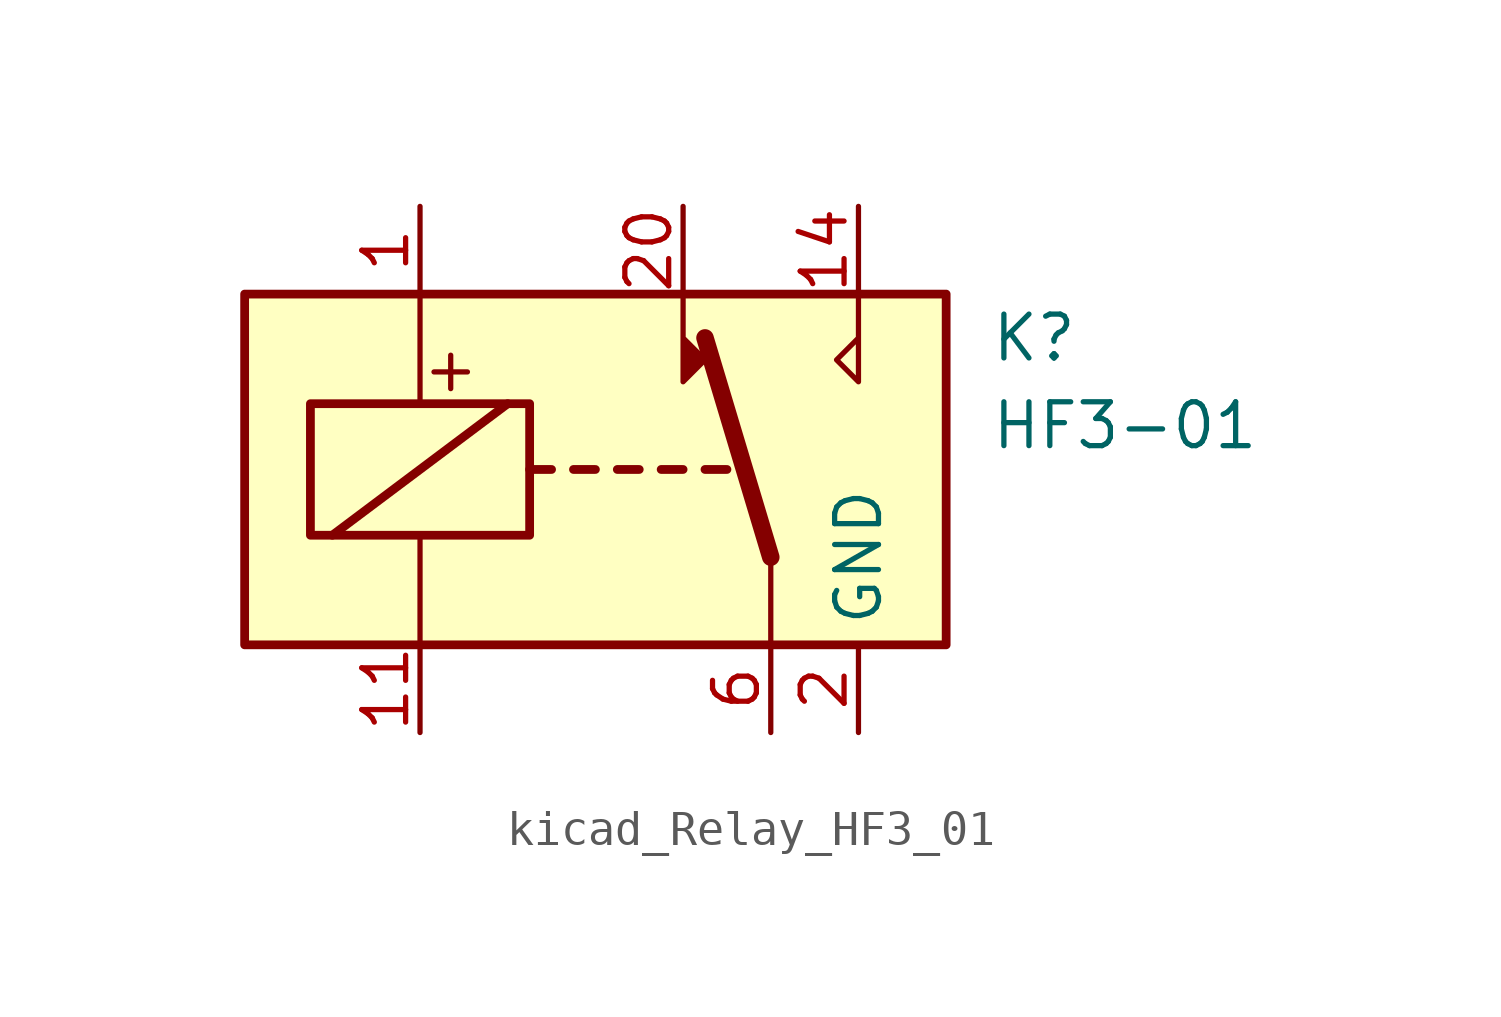
<source format=kicad_sym>
(kicad_symbol_lib
  (version 20220914)
  (generator kicad_symbol_editor)
  (symbol "kicad_Relay_HF3_01"
    (property "Reference" "K"
      (at 11.43 3.81 0)
      (effects (font (size 1.27 1.27)) (justify left)))
    (property "Value" "HF3-01"
      (at 11.43 1.27 0)
      (effects (font (size 1.27 1.27)) (justify left)))
    (symbol "kicad_Relay_HF3_01_0_0"
      (polyline (pts (xy 7.62 5.08) (xy 7.62 2.54) (xy 6.985 3.175) (xy 7.62 3.81)) (stroke (width 0) (type default)) (fill (type none)))
      (text "+" (at -4.191 2.921 0) (effects (font (size 1.27 1.27)))))
    (symbol "kicad_Relay_HF3_01_0_1"
      (rectangle (start -10.16 5.08) (end 10.16 -5.08) (stroke (width 0.254) (type default)) (fill (type background)))
      (rectangle (start -8.255 1.905) (end -1.905 -1.905) (stroke (width 0.254) (type default)) (fill (type none)))
      (polyline (pts (xy -7.62 -1.905) (xy -2.54 1.905)) (stroke (width 0.254) (type default)) (fill (type none)))
      (polyline (pts (xy -5.08 -5.08) (xy -5.08 -1.905)) (stroke (width 0) (type default)) (fill (type none)))
      (polyline (pts (xy -5.08 5.08) (xy -5.08 1.905)) (stroke (width 0) (type default)) (fill (type none)))
      (polyline (pts (xy -1.905 0) (xy -1.27 0)) (stroke (width 0.254) (type default)) (fill (type none)))
      (polyline (pts (xy -0.635 0) (xy 0 0)) (stroke (width 0.254) (type default)) (fill (type none)))
      (polyline (pts (xy 0.635 0) (xy 1.27 0)) (stroke (width 0.254) (type default)) (fill (type none)))
      (polyline (pts (xy 1.905 0) (xy 2.54 0)) (stroke (width 0.254) (type default)) (fill (type none)))
      (polyline (pts (xy 3.175 0) (xy 3.81 0)) (stroke (width 0.254) (type default)) (fill (type none)))
      (polyline (pts (xy 5.08 -2.54) (xy 3.175 3.81)) (stroke (width 0.508) (type default)) (fill (type none)))
      (polyline (pts (xy 5.08 -2.54) (xy 5.08 -5.08)) (stroke (width 0) (type default)) (fill (type none)))
      (polyline (pts (xy 2.54 5.08) (xy 2.54 2.54) (xy 3.175 3.175) (xy 2.54 3.81)) (stroke (width 0) (type default)) (fill (type outline))))
    (symbol "kicad_Relay_HF3_01_1_1"
      (pin passive line (at -5.08 7.62 270) (length 2.54) (name "~" (effects (font (size 1.27 1.27)))) (number "1" (effects (font (size 1.27 1.27)))))
      (pin passive line (at 7.62 -7.62 90) (length 2.54) hide (name "GND" (effects (font (size 1.27 1.27)))) (number "10" (effects (font (size 1.27 1.27)))))
      (pin passive line (at -5.08 -7.62 90) (length 2.54) (name "~" (effects (font (size 1.27 1.27)))) (number "11" (effects (font (size 1.27 1.27)))))
      (pin passive line (at 7.62 -7.62 90) (length 2.54) hide (name "GND" (effects (font (size 1.27 1.27)))) (number "12" (effects (font (size 1.27 1.27)))))
      (pin passive line (at 7.62 -7.62 90) (length 2.54) hide (name "GND" (effects (font (size 1.27 1.27)))) (number "13" (effects (font (size 1.27 1.27)))))
      (pin passive line (at 7.62 7.62 270) (length 2.54) (name "~" (effects (font (size 1.27 1.27)))) (number "14" (effects (font (size 1.27 1.27)))))
      (pin passive line (at 7.62 -7.62 90) (length 2.54) hide (name "GND" (effects (font (size 1.27 1.27)))) (number "15" (effects (font (size 1.27 1.27)))))
      (pin passive line (at 7.62 -7.62 90) (length 2.54) hide (name "GND" (effects (font (size 1.27 1.27)))) (number "17" (effects (font (size 1.27 1.27)))))
      (pin passive line (at 7.62 -7.62 90) (length 2.54) hide (name "GND" (effects (font (size 1.27 1.27)))) (number "19" (effects (font (size 1.27 1.27)))))
      (pin power_in line (at 7.62 -7.62 90) (length 2.54) (name "GND" (effects (font (size 1.27 1.27)))) (number "2" (effects (font (size 1.27 1.27)))))
      (pin passive line (at 2.54 7.62 270) (length 2.54) (name "~" (effects (font (size 1.27 1.27)))) (number "20" (effects (font (size 1.27 1.27)))))
      (pin passive line (at 7.62 -7.62 90) (length 2.54) hide (name "GND" (effects (font (size 1.27 1.27)))) (number "21" (effects (font (size 1.27 1.27)))))
      (pin passive line (at 7.62 -7.62 90) (length 2.54) hide (name "GND" (effects (font (size 1.27 1.27)))) (number "22" (effects (font (size 1.27 1.27)))))
      (pin passive line (at 7.62 -7.62 90) (length 2.54) hide (name "GND" (effects (font (size 1.27 1.27)))) (number "5" (effects (font (size 1.27 1.27)))))
      (pin passive line (at 5.08 -7.62 90) (length 2.54) (name "~" (effects (font (size 1.27 1.27)))) (number "6" (effects (font (size 1.27 1.27)))))
      (pin passive line (at 7.62 -7.62 90) (length 2.54) hide (name "GND" (effects (font (size 1.27 1.27)))) (number "7" (effects (font (size 1.27 1.27))))))))
</source>
